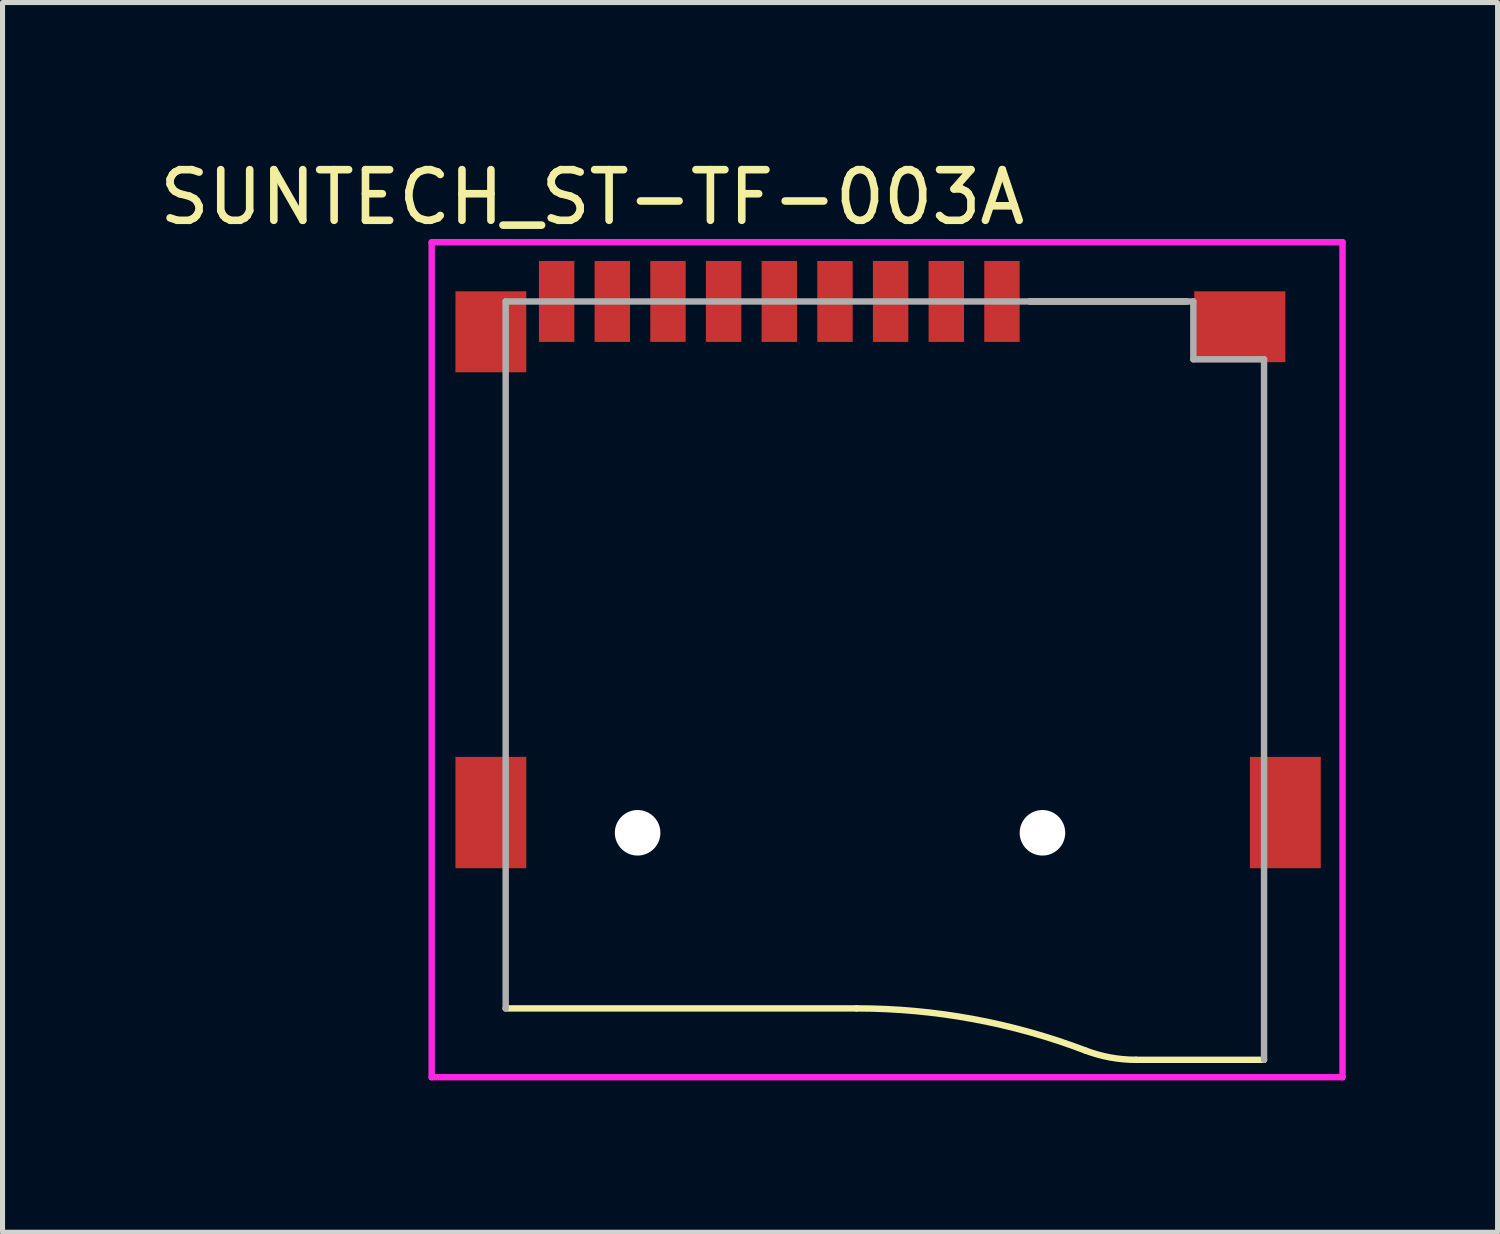
<source format=kicad_pcb>
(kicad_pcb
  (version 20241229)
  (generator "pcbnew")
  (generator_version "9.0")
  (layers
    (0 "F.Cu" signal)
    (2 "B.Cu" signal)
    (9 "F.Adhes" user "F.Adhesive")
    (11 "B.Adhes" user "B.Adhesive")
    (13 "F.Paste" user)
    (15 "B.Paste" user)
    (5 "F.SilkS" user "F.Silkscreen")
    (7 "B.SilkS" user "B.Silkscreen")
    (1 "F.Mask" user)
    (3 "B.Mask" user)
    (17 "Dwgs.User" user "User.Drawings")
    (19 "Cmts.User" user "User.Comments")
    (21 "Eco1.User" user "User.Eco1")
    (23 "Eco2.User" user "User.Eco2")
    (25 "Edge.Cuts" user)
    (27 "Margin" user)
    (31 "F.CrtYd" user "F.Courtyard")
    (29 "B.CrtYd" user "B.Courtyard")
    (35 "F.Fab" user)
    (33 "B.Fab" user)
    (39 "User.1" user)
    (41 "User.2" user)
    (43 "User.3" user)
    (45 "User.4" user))
  (footprint "SUNTECH_ST-TF-003A"
    (layer "F.Cu")
    (at 13.23 8.237)
    (property "Reference" "SUNTECH_ST-TF-003A" (at -4.577 -7.389 0) (layer "F.SilkS") (effects (font (size 1.001 1.001) (thickness 0.15))))
    (attr smd)
    (fp_line (start 0.647 8.64) (end -6.287 8.64) (stroke (width 0.127) (type solid)) (layer "F.SilkS"))
    (fp_line (start 7.17 -5.33) (end 4.07 -5.33) (stroke (width 0.127) (type solid)) (layer "F.SilkS"))
    (fp_line (start 8.699 9.656) (end 6.168 9.656) (stroke (width 0.127) (type solid)) (layer "F.SilkS"))
    (fp_arc (start 0.6469 8.64) (mid 2.945408 8.849734) (end 5.168 9.472) (stroke (width 0.127) (type solid)) (layer "F.SilkS"))
    (fp_arc (start 6.1679 9.656) (mid 5.659555 9.609621) (end 5.168 9.472) (stroke (width 0.127) (type solid)) (layer "F.SilkS"))
    (fp_line (start -7.75 -6.5) (end 10.25 -6.5) (stroke (width 0.127) (type solid)) (layer "F.CrtYd"))
    (fp_line (start -7.75 10) (end -7.75 -6.5) (stroke (width 0.127) (type solid)) (layer "F.CrtYd"))
    (fp_line (start 10.25 -6.5) (end 10.25 10) (stroke (width 0.127) (type solid)) (layer "F.CrtYd"))
    (fp_line (start 10.25 10) (end -7.75 10) (stroke (width 0.127) (type solid)) (layer "F.CrtYd"))
    (fp_line (start -6.287 -5.33) (end 7.302 -5.33) (stroke (width 0.127) (type solid)) (layer "F.Fab"))
    (fp_line (start -6.287 8.64) (end -6.287 -5.33) (stroke (width 0.127) (type solid)) (layer "F.Fab"))
    (fp_line (start 7.302 -5.33) (end 7.302 -4.187) (stroke (width 0.127) (type solid)) (layer "F.Fab"))
    (fp_line (start 7.302 -4.187) (end 8.699 -4.187) (stroke (width 0.127) (type solid)) (layer "F.Fab"))
    (fp_line (start 8.699 -4.187) (end 8.699 9.656) (stroke (width 0.127) (type solid)) (layer "F.Fab"))
    (pad "" np_thru_hole circle (at -3.68 5.17) (size 0.9 0.9) (drill 0.9) (layers "*.Cu" "*.Mask"))
    (pad "" np_thru_hole circle (at 4.32 5.17) (size 0.9 0.9) (drill 0.9) (layers "*.Cu" "*.Mask"))
    (pad "1" smd rect (at 3.52 -5.33) (size 0.7 1.6) (layers "F.Cu" "F.Mask" "F.Paste"))
    (pad "2" smd rect (at 2.42 -5.33) (size 0.7 1.6) (layers "F.Cu" "F.Mask" "F.Paste"))
    (pad "3" smd rect (at 1.32 -5.33) (size 0.7 1.6) (layers "F.Cu" "F.Mask" "F.Paste"))
    (pad "4" smd rect (at 0.22 -5.33) (size 0.7 1.6) (layers "F.Cu" "F.Mask" "F.Paste"))
    (pad "5" smd rect (at -0.88 -5.33) (size 0.7 1.6) (layers "F.Cu" "F.Mask" "F.Paste"))
    (pad "6" smd rect (at -1.98 -5.33) (size 0.7 1.6) (layers "F.Cu" "F.Mask" "F.Paste"))
    (pad "7" smd rect (at -3.08 -5.33) (size 0.7 1.6) (layers "F.Cu" "F.Mask" "F.Paste"))
    (pad "8" smd rect (at -4.18 -5.33) (size 0.7 1.6) (layers "F.Cu" "F.Mask" "F.Paste"))
    (pad "9" smd rect (at -5.28 -5.33) (size 0.7 1.6) (layers "F.Cu" "F.Mask" "F.Paste"))
    (pad "10" smd rect (at -6.58 -4.73) (size 1.4 1.6) (layers "F.Cu" "F.Mask" "F.Paste"))
    (pad "10" smd rect (at -6.58 4.77) (size 1.4 2.2) (layers "F.Cu" "F.Mask" "F.Paste"))
    (pad "10" smd rect (at 8.22 -4.83) (size 1.8 1.4) (layers "F.Cu" "F.Mask" "F.Paste"))
    (pad "10" smd rect (at 9.12 4.77) (size 1.4 2.2) (layers "F.Cu" "F.Mask" "F.Paste"))
    (zone (net_name "") (layer "F.Cu") (hatch full 0.508) (connect_pads) (min_thickness 0.01) (filled_areas_thickness no) (keepout (tracks not_allowed) (vias not_allowed) (pads not_allowed) (copperpour not_allowed) (footprints allowed)) (placement (enabled no)) (fill) (polygon (pts (xy 17.402 7.309) (xy 17.402 9.31) (xy 8.397 9.31) (xy 8.397 7.309)))))
  (gr_rect
    (start -3 -3)
    (end 26.544 21.301)
    (stroke (width 0.1) (type default))
    (fill no)
    (layer "Edge.Cuts")))
</source>
